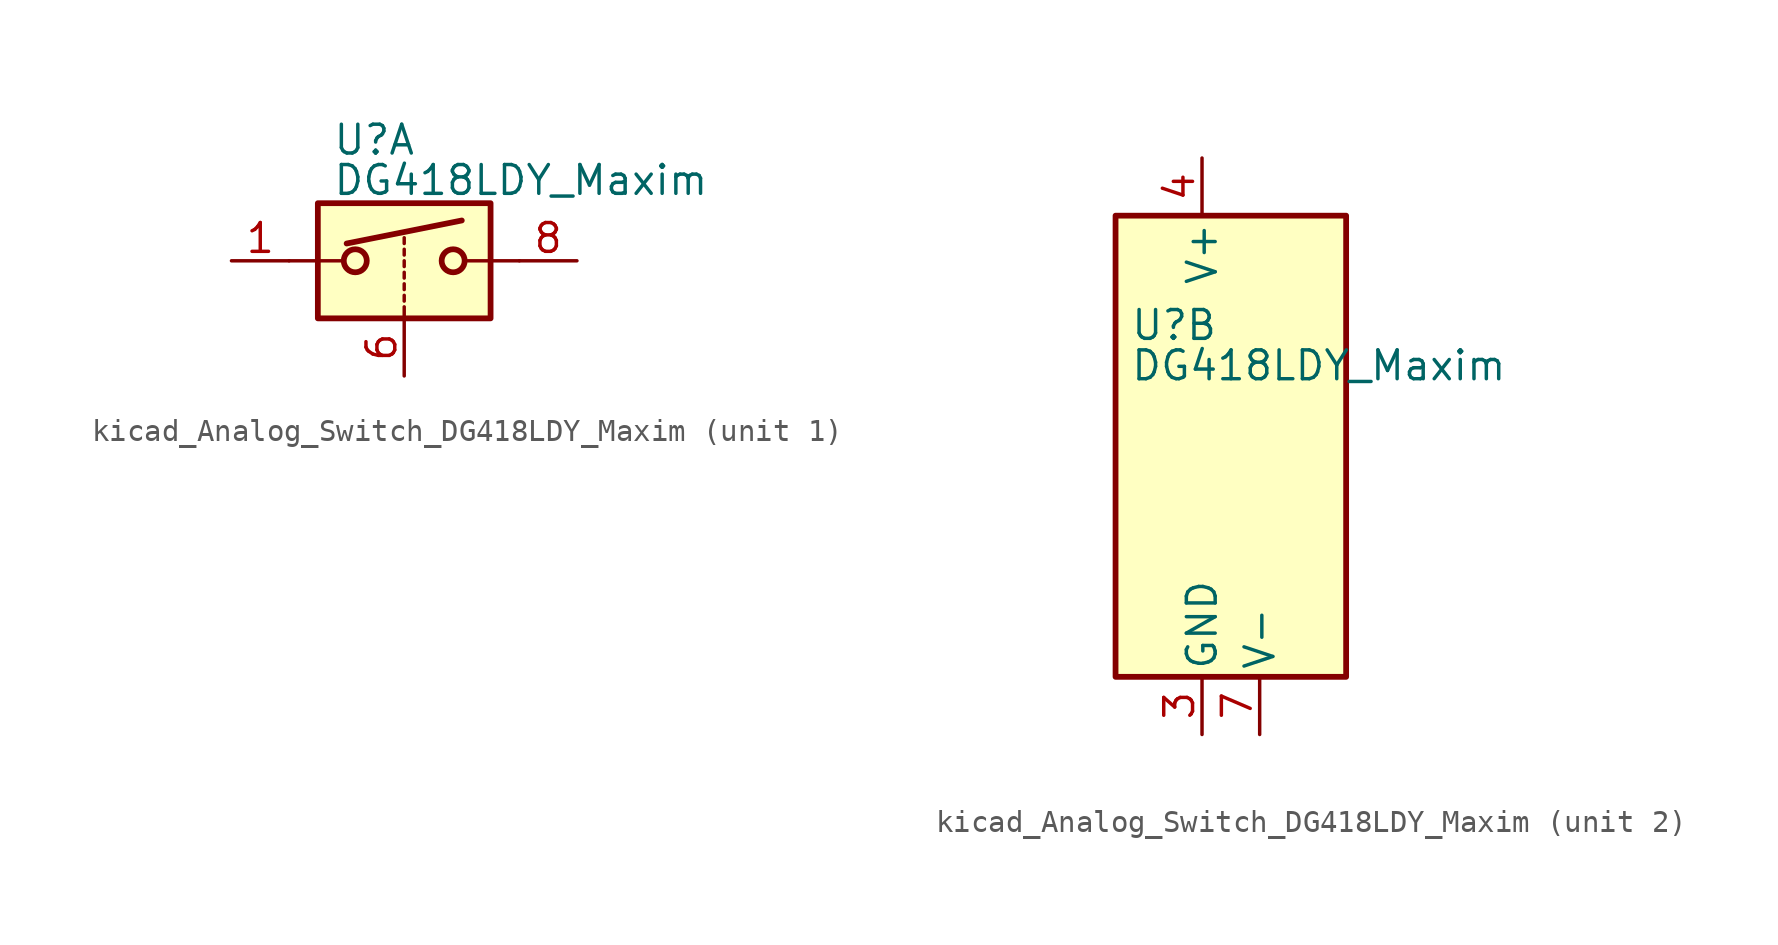
<source format=kicad_sym>
(kicad_symbol_lib
  (version 20220914)
  (generator kicad_symbol_editor)
  (symbol "kicad_Analog_Switch_DG418LDY_Maxim"
    (pin_names
      (offset 0.254))
    (property "Reference" "U"
      (at -3.175 5.334 0)
      (effects (font (size 1.27 1.27)) (justify left)))
    (property "Value" "DG418LDY_Maxim"
      (at -3.175 3.556 0)
      (effects (font (size 1.27 1.27)) (justify left)))
    (symbol "kicad_Analog_Switch_DG418LDY_Maxim_1_1"
      (rectangle (start -3.81 2.54) (end 3.81 -2.54) (stroke (width 0.254) (type default)) (fill (type background)))
      (circle (center -2.159 0) (radius 0.508) (stroke (width 0.254) (type default)) (fill (type none)))
      (polyline (pts (xy -5.08 0) (xy -2.794 0)) (stroke (width 0) (type default)) (fill (type none)))
      (polyline (pts (xy -2.54 0.762) (xy 2.54 1.778)) (stroke (width 0.254) (type default)) (fill (type none)))
      (polyline (pts (xy 0 -2.54) (xy 0 -2.032)) (stroke (width 0) (type default)) (fill (type none)))
      (polyline (pts (xy 0 -1.778) (xy 0 -1.524)) (stroke (width 0) (type default)) (fill (type none)))
      (polyline (pts (xy 0 -1.27) (xy 0 -1.016)) (stroke (width 0) (type default)) (fill (type none)))
      (polyline (pts (xy 0 -0.762) (xy 0 -0.508)) (stroke (width 0) (type default)) (fill (type none)))
      (polyline (pts (xy 0 -0.254) (xy 0 0)) (stroke (width 0) (type default)) (fill (type none)))
      (polyline (pts (xy 0 0.254) (xy 0 0.508)) (stroke (width 0) (type default)) (fill (type none)))
      (polyline (pts (xy 0 0.762) (xy 0 1.016)) (stroke (width 0) (type default)) (fill (type none)))
      (polyline (pts (xy 5.08 0) (xy 2.794 0)) (stroke (width 0) (type default)) (fill (type none)))
      (circle (center 2.159 0) (radius 0.508) (stroke (width 0.254) (type default)) (fill (type none)))
      (pin passive line (at -7.62 0 0) (length 2.54) (name "~" (effects (font (size 1.27 1.27)))) (number "1" (effects (font (size 1.27 1.27)))))
      (pin input line (at 0 -5.08 90) (length 2.54) (name "~" (effects (font (size 1.27 1.27)))) (number "6" (effects (font (size 1.27 1.27)))))
      (pin passive line (at 7.62 0 180) (length 2.54) (name "~" (effects (font (size 1.27 1.27)))) (number "8" (effects (font (size 1.27 1.27))))))
    (symbol "kicad_Analog_Switch_DG418LDY_Maxim_2_0"
      (pin no_connect line (at -2.54 10.16 270) (length 2.54) hide (name "NC" (effects (font (size 1.27 1.27)))) (number "2" (effects (font (size 1.27 1.27)))))
      (pin power_in line (at 0 -12.7 90) (length 2.54) (name "GND" (effects (font (size 1.27 1.27)))) (number "3" (effects (font (size 1.27 1.27)))))
      (pin power_in line (at 0 12.7 270) (length 2.54) (name "V+" (effects (font (size 1.27 1.27)))) (number "4" (effects (font (size 1.27 1.27)))))
      (pin no_connect line (at 2.54 10.16 270) (length 2.54) hide (name "NC" (effects (font (size 1.27 1.27)))) (number "5" (effects (font (size 1.27 1.27)))))
      (pin power_in line (at 2.54 -12.7 90) (length 2.54) (name "V-" (effects (font (size 1.27 1.27)))) (number "7" (effects (font (size 1.27 1.27))))))
    (symbol "kicad_Analog_Switch_DG418LDY_Maxim_2_1"
      (rectangle (start -3.81 10.16) (end 6.35 -10.16) (stroke (width 0.254) (type default)) (fill (type background))))))
</source>
